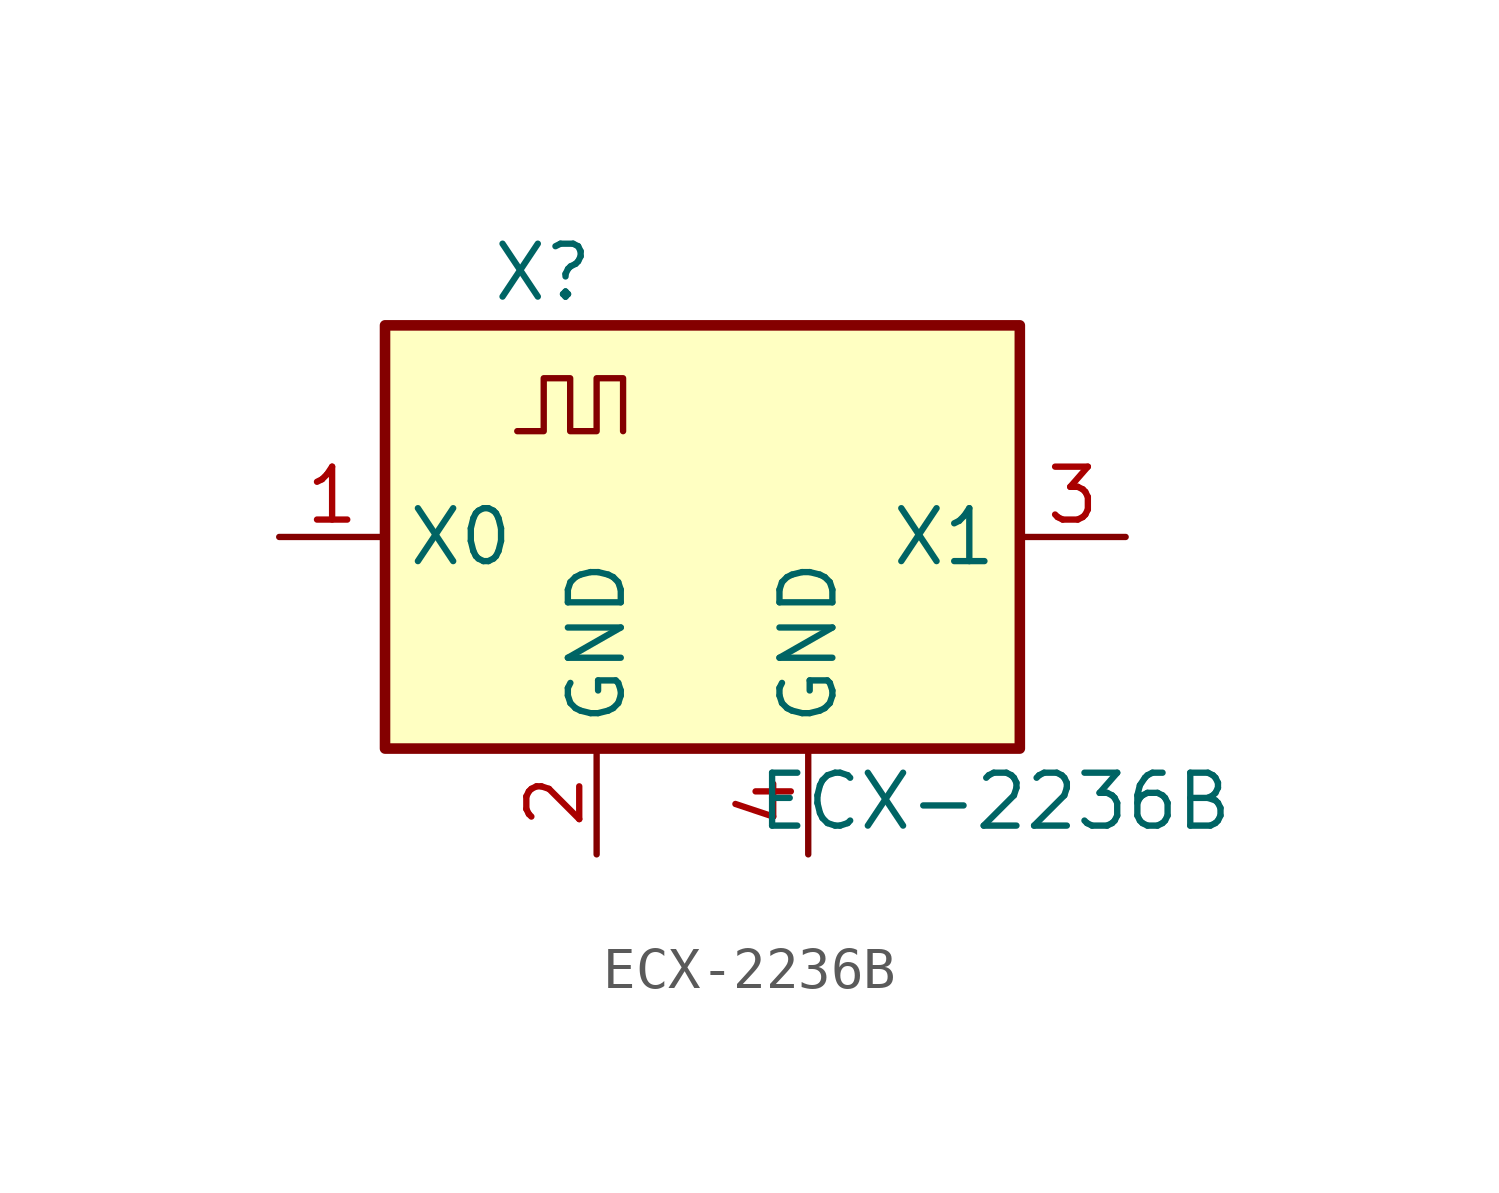
<source format=kicad_sym>
(kicad_symbol_lib
  (version 20231120)
  (generator "kicad_symbol_editor")
  (generator_version "8.0")
  (symbol "ECX-2236B"
    (property "Reference" "X"
      (at -5.08 6.35 0)
      (effects (font (size 1.27 1.27)) (justify left)))
    (property "Value" "ECX-2236B"
      (at 1.27 -6.35 0)
      (effects (font (size 1.27 1.27)) (justify left)))
    (symbol "ECX-2236B_0_1"
      (rectangle (start -7.62 5.08) (end 7.62 -5.08) (stroke (width 0.254) (type default)) (fill (type background)))
      (polyline (pts (xy -4.445 2.54) (xy -3.81 2.54) (xy -3.81 3.81) (xy -3.175 3.81) (xy -3.175 2.54) (xy -2.54 2.54) (xy -2.54 3.81) (xy -1.905 3.81) (xy -1.905 2.54)) (stroke (width 0) (type default)) (fill (type none))))
    (symbol "ECX-2236B_1_1"
      (pin bidirectional line (at -10.16 0 0) (length 2.54) (name "X0" (effects (font (size 1.27 1.27)))) (number "1" (effects (font (size 1.27 1.27)))))
      (pin power_in line (at -2.54 -7.62 90) (length 2.54) (name "GND" (effects (font (size 1.27 1.27)))) (number "2" (effects (font (size 1.27 1.27)))))
      (pin bidirectional line (at 10.16 0 180) (length 2.54) (name "X1" (effects (font (size 1.27 1.27)))) (number "3" (effects (font (size 1.27 1.27)))))
      (pin power_in line (at 2.54 -7.62 90) (length 2.54) (name "GND" (effects (font (size 1.27 1.27)))) (number "4" (effects (font (size 1.27 1.27))))))))
</source>
